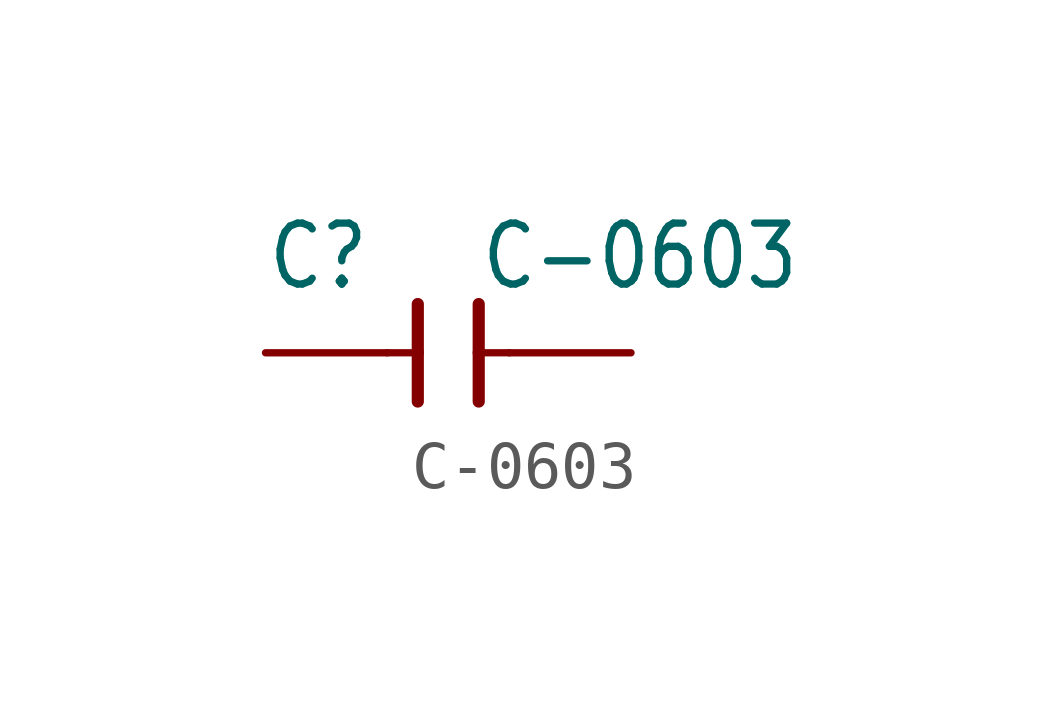
<source format=kicad_sym>
(kicad_symbol_lib
  (version 20211014)
  (generator kicad_symbol_editor)
  (symbol "C-0603"
    (property "Reference" "C"
      (at -3.81 1.27 0)
      (effects (font (size 1.27 1.079)) (justify left bottom)))
    (property "Value" "C-0603"
      (at 0.635 1.27 0)
      (effects (font (size 1.27 1.079)) (justify left bottom)))
    (property "ki_locked" ""
      (at 0 0 0)
      (effects (font (size 1.27 1.27))))
    (symbol "C-0603_1_0"
      (polyline (pts (xy -1.27 0) (xy -0.635 0)) (stroke (width 0.152) (type default) (color 0 0 0 0)) (fill (type none)))
      (polyline (pts (xy -0.635 -1.016) (xy -0.635 0)) (stroke (width 0.254) (type default) (color 0 0 0 0)) (fill (type none)))
      (polyline (pts (xy -0.635 0) (xy -0.635 1.016)) (stroke (width 0.254) (type default) (color 0 0 0 0)) (fill (type none)))
      (polyline (pts (xy 0.635 0) (xy 0.635 -1.016)) (stroke (width 0.254) (type default) (color 0 0 0 0)) (fill (type none)))
      (polyline (pts (xy 0.635 0) (xy 1.27 0)) (stroke (width 0.152) (type default) (color 0 0 0 0)) (fill (type none)))
      (polyline (pts (xy 0.635 1.016) (xy 0.635 0)) (stroke (width 0.254) (type default) (color 0 0 0 0)) (fill (type none)))
      (pin passive line (at -3.81 0 0) (length 2.54) (name "1" (effects (font (size 0 0)))) (number "1" (effects (font (size 0 0)))))
      (pin passive line (at 3.81 0 180) (length 2.54) (name "2" (effects (font (size 0 0)))) (number "2" (effects (font (size 0 0))))))))
</source>
